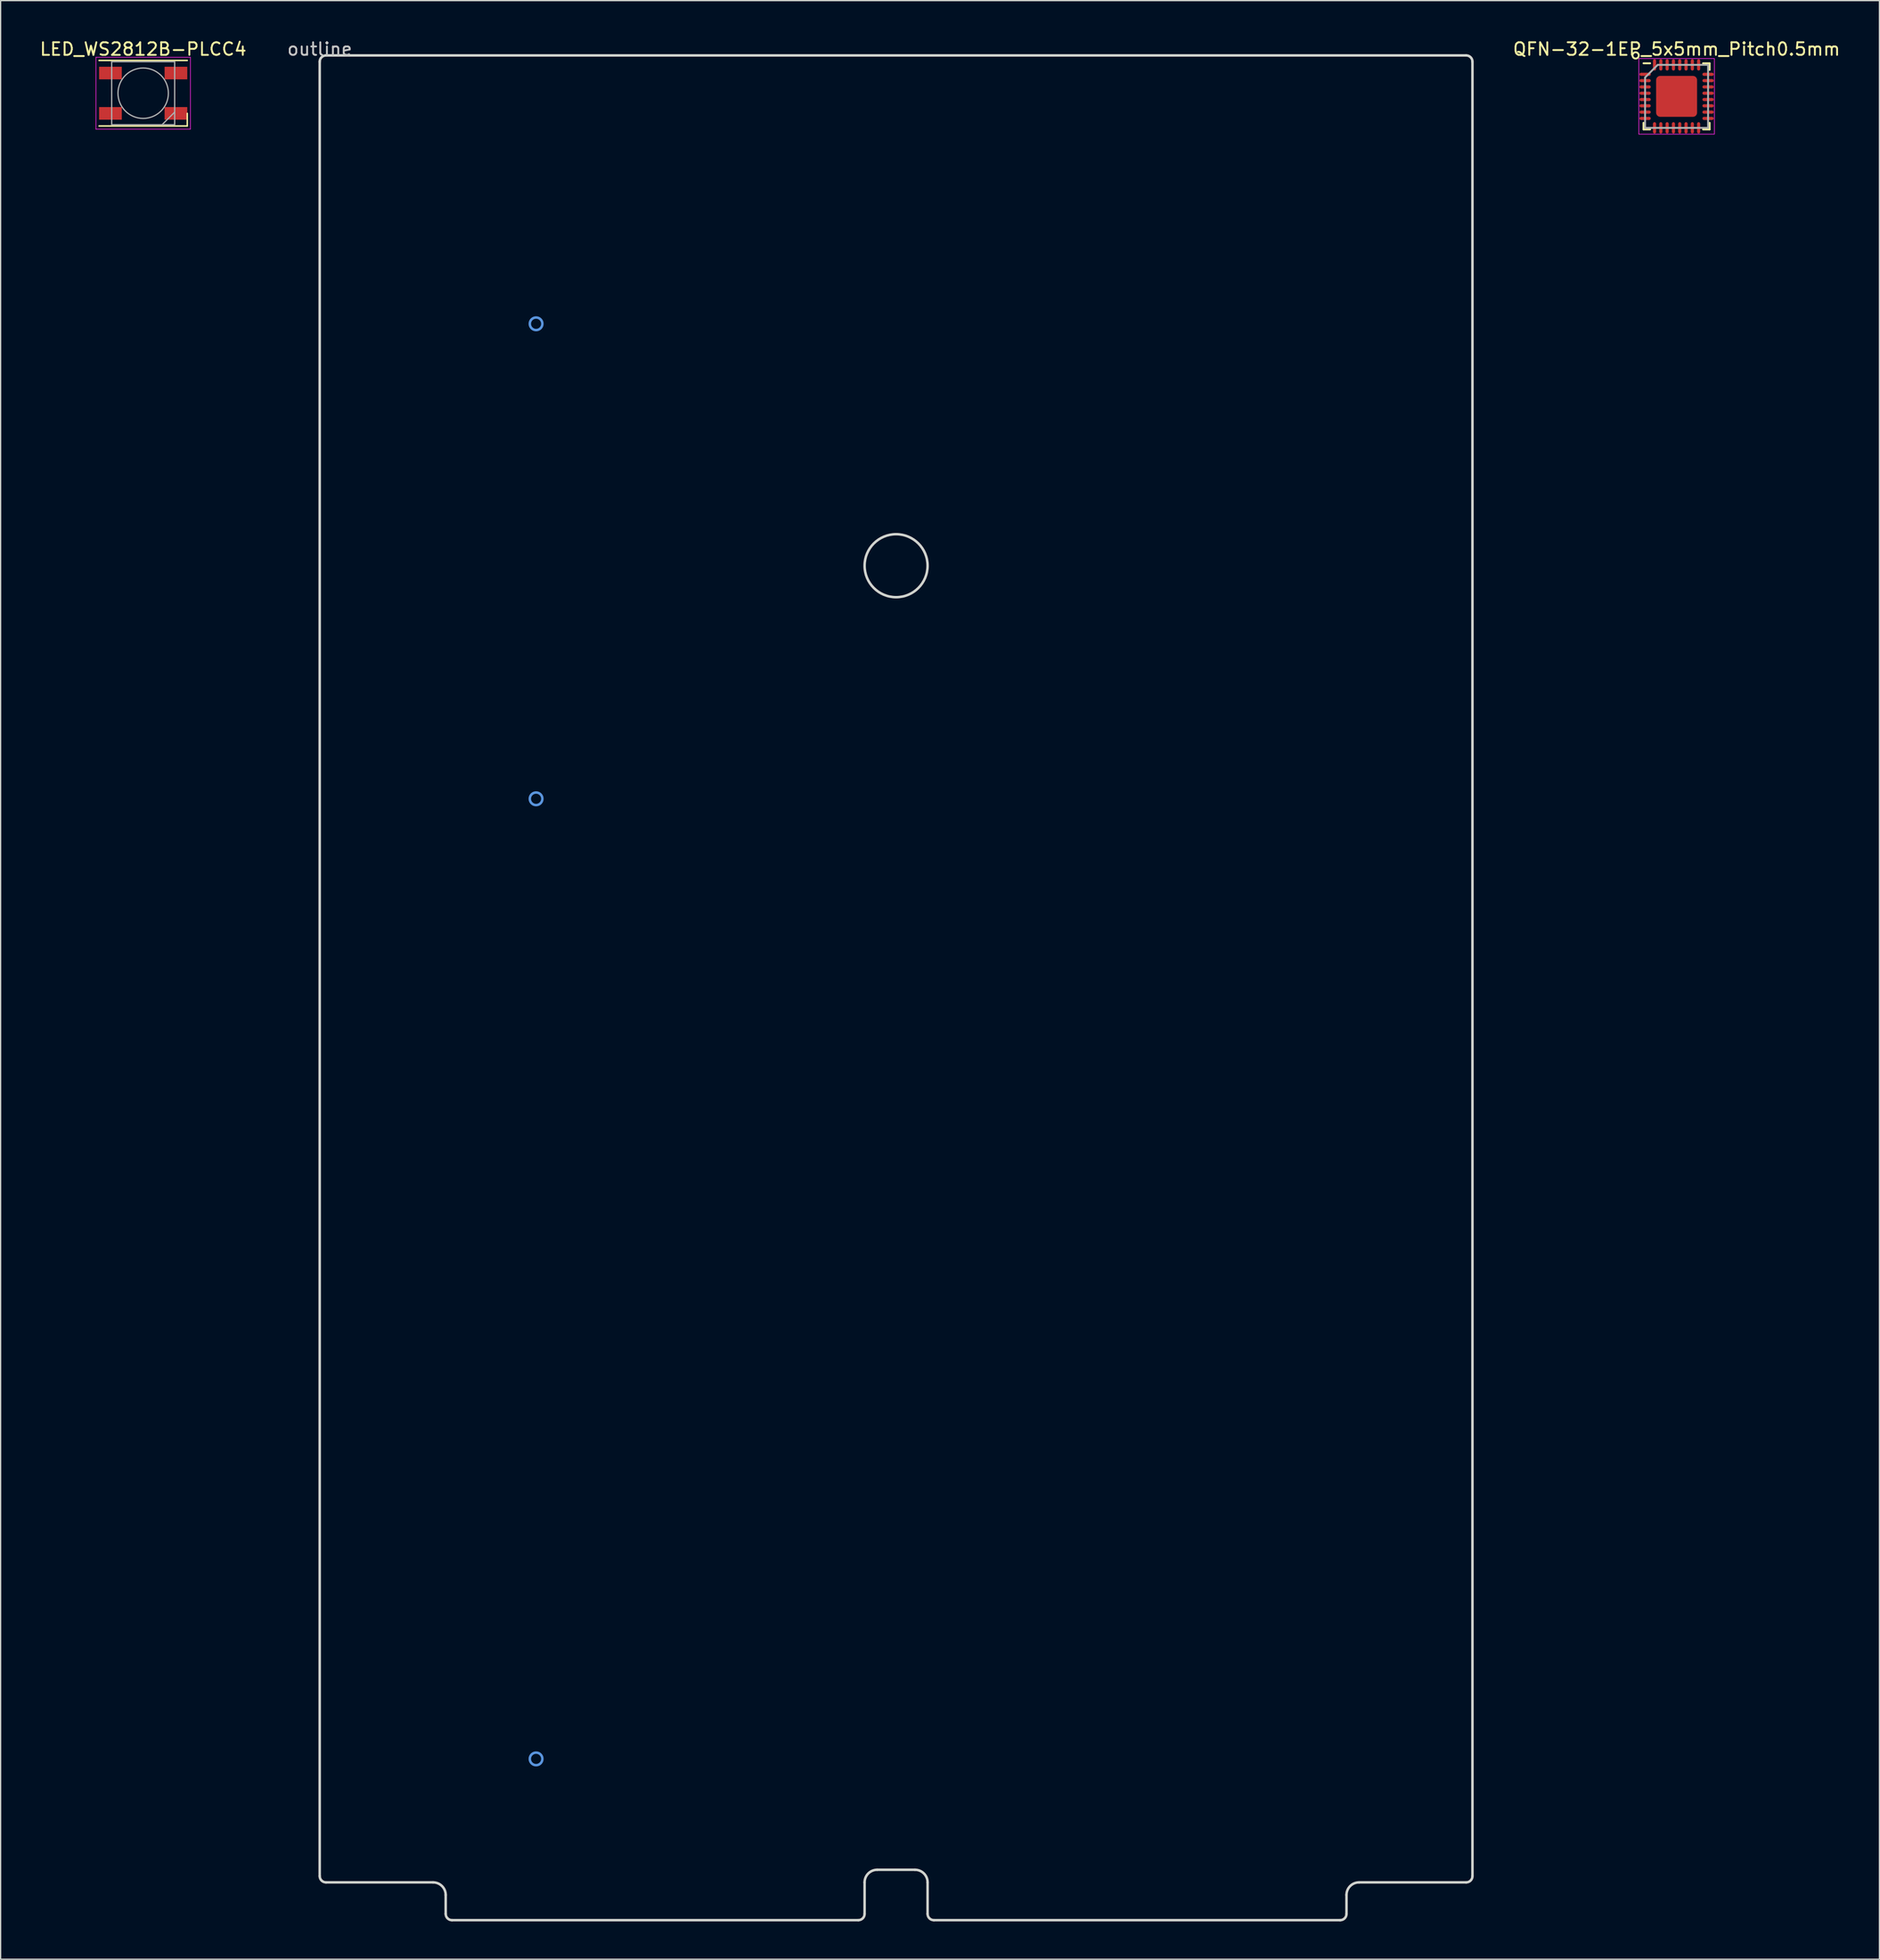
<source format=kicad_pcb>
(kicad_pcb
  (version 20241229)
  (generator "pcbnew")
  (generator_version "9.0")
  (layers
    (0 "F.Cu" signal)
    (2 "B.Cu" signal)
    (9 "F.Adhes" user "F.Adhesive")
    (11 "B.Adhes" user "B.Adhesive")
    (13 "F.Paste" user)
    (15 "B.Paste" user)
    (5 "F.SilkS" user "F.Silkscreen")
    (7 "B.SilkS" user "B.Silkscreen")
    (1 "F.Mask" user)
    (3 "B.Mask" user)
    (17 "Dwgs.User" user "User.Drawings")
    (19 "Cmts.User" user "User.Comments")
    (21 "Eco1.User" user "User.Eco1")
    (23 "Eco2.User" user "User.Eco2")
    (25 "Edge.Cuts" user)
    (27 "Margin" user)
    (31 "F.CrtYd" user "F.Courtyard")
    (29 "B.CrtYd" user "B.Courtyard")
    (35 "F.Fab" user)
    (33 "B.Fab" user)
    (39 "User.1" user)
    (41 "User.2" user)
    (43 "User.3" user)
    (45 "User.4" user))
  (footprint "LED_WS2812B-PLCC4"
    (layer "F.Cu")
    (at 8.315 4.348)
    (property "Reference" "LED_WS2812B-PLCC4" (at 0 -3.5 0) (layer "F.SilkS") (effects (font (size 1 1) (thickness 0.15))))
    (attr smd)
    (fp_line (start -3.5 -2.6) (end 3.5 -2.6) (stroke (width 0.12) (type solid)) (layer "F.SilkS"))
    (fp_line (start -3.5 2.6) (end 3.5 2.6) (stroke (width 0.12) (type solid)) (layer "F.SilkS"))
    (fp_line (start 3.5 2.6) (end 3.5 1.6) (stroke (width 0.12) (type solid)) (layer "F.SilkS"))
    (fp_line (start -3.75 -2.85) (end -3.75 2.85) (stroke (width 0.05) (type solid)) (layer "F.CrtYd"))
    (fp_line (start -3.75 2.85) (end 3.75 2.85) (stroke (width 0.05) (type solid)) (layer "F.CrtYd"))
    (fp_line (start 3.75 -2.85) (end -3.75 -2.85) (stroke (width 0.05) (type solid)) (layer "F.CrtYd"))
    (fp_line (start 3.75 2.85) (end 3.75 -2.85) (stroke (width 0.05) (type solid)) (layer "F.CrtYd"))
    (fp_line (start -2.5 -2.5) (end -2.5 2.5) (stroke (width 0.1) (type solid)) (layer "F.Fab"))
    (fp_line (start -2.5 2.5) (end 2.5 2.5) (stroke (width 0.1) (type solid)) (layer "F.Fab"))
    (fp_line (start 2.5 -2.5) (end -2.5 -2.5) (stroke (width 0.1) (type solid)) (layer "F.Fab"))
    (fp_line (start 2.5 1.5) (end 1.5 2.5) (stroke (width 0.1) (type solid)) (layer "F.Fab"))
    (fp_line (start 2.5 2.5) (end 2.5 -2.5) (stroke (width 0.1) (type solid)) (layer "F.Fab"))
    (fp_circle (center 0 0) (end 0 -2) (stroke (width 0.1) (type solid)) (fill no) (layer "F.Fab"))
    (pad "1" smd rect (at -2.6 -1.6) (size 1.8 1) (layers "F.Cu" "F.Mask" "F.Paste"))
    (pad "2" smd rect (at -2.6 1.6) (size 1.8 1) (layers "F.Cu" "F.Mask" "F.Paste"))
    (pad "3" smd rect (at 2.6 1.6) (size 1.8 1) (layers "F.Cu" "F.Mask" "F.Paste"))
    (pad "4" smd rect (at 2.6 -1.6) (size 1.8 1) (layers "F.Cu" "F.Mask" "F.Paste")))
  (footprint "QFN-32-1EP_5x5mm_Pitch0.5mm"
    (layer "F.Cu")
    (at 130.029 4.598)
    (property "Reference" "QFN-32-1EP_5x5mm_Pitch0.5mm" (at 0 -3.75 0) (layer "F.SilkS") (effects (font (size 1 1) (thickness 0.15))))
    (attr smd)
    (fp_line (start -2.625 -2.625) (end -2.1 -2.625) (stroke (width 0.15) (type solid)) (layer "F.SilkS"))
    (fp_line (start -2.625 2.625) (end -2.625 2.1) (stroke (width 0.15) (type solid)) (layer "F.SilkS"))
    (fp_line (start -2.625 2.625) (end -2.1 2.625) (stroke (width 0.15) (type solid)) (layer "F.SilkS"))
    (fp_line (start 2.625 -2.625) (end 2.1 -2.625) (stroke (width 0.15) (type solid)) (layer "F.SilkS"))
    (fp_line (start 2.625 -2.625) (end 2.625 -2.1) (stroke (width 0.15) (type solid)) (layer "F.SilkS"))
    (fp_line (start 2.625 2.625) (end 2.1 2.625) (stroke (width 0.15) (type solid)) (layer "F.SilkS"))
    (fp_line (start 2.625 2.625) (end 2.625 2.1) (stroke (width 0.15) (type solid)) (layer "F.SilkS"))
    (fp_circle (center -3.25 -3.25) (end -3.25 -3.5) (stroke (width 0.15) (type solid)) (fill no) (layer "F.SilkS"))
    (fp_line (start -3 -3) (end -3 3) (stroke (width 0.05) (type solid)) (layer "F.CrtYd"))
    (fp_line (start -3 -3) (end 3 -3) (stroke (width 0.05) (type solid)) (layer "F.CrtYd"))
    (fp_line (start -3 3) (end 3 3) (stroke (width 0.05) (type solid)) (layer "F.CrtYd"))
    (fp_line (start 3 -3) (end 3 3) (stroke (width 0.05) (type solid)) (layer "F.CrtYd"))
    (fp_line (start -2.5 -1.5) (end -1.5 -2.5) (stroke (width 0.15) (type solid)) (layer "F.Fab"))
    (fp_line (start -2.5 2.5) (end -2.5 -1.5) (stroke (width 0.15) (type solid)) (layer "F.Fab"))
    (fp_line (start -1.5 -2.5) (end 2.5 -2.5) (stroke (width 0.15) (type solid)) (layer "F.Fab"))
    (fp_line (start 2.5 -2.5) (end 2.5 2.5) (stroke (width 0.15) (type solid)) (layer "F.Fab"))
    (fp_line (start 2.5 2.5) (end -2.5 2.5) (stroke (width 0.15) (type solid)) (layer "F.Fab"))
    (pad "" smd circle (at 0 0) (size 3.25 3.25) (layers "F.Mask" "F.Paste"))
    (pad "1" smd oval (at -2.5 -1.75) (size 0.9 0.25) (layers "F.Cu" "F.Mask" "F.Paste"))
    (pad "2" smd oval (at -2.5 -1.25) (size 0.9 0.25) (layers "F.Cu" "F.Mask" "F.Paste"))
    (pad "3" smd oval (at -2.5 -0.75) (size 0.9 0.25) (layers "F.Cu" "F.Mask" "F.Paste"))
    (pad "4" smd oval (at -2.5 -0.25) (size 0.9 0.25) (layers "F.Cu" "F.Mask" "F.Paste"))
    (pad "5" smd oval (at -2.5 0.25) (size 0.9 0.25) (layers "F.Cu" "F.Mask" "F.Paste"))
    (pad "6" smd oval (at -2.5 0.75) (size 0.9 0.25) (layers "F.Cu" "F.Mask" "F.Paste"))
    (pad "7" smd oval (at -2.5 1.25) (size 0.9 0.25) (layers "F.Cu" "F.Mask" "F.Paste"))
    (pad "8" smd oval (at -2.5 1.75) (size 0.9 0.25) (layers "F.Cu" "F.Mask" "F.Paste"))
    (pad "9" smd oval (at -1.75 2.5 90) (size 0.9 0.25) (layers "F.Cu" "F.Mask" "F.Paste"))
    (pad "10" smd oval (at -1.25 2.5 90) (size 0.9 0.25) (layers "F.Cu" "F.Mask" "F.Paste"))
    (pad "11" smd oval (at -0.75 2.5 90) (size 0.9 0.25) (layers "F.Cu" "F.Mask" "F.Paste"))
    (pad "12" smd oval (at -0.25 2.5 90) (size 0.9 0.25) (layers "F.Cu" "F.Mask" "F.Paste"))
    (pad "13" smd oval (at 0.25 2.5 90) (size 0.9 0.25) (layers "F.Cu" "F.Mask" "F.Paste"))
    (pad "14" smd oval (at 0.75 2.5 90) (size 0.9 0.25) (layers "F.Cu" "F.Mask" "F.Paste"))
    (pad "15" smd oval (at 1.25 2.5 90) (size 0.9 0.25) (layers "F.Cu" "F.Mask" "F.Paste"))
    (pad "16" smd oval (at 1.75 2.5 90) (size 0.9 0.25) (layers "F.Cu" "F.Mask" "F.Paste"))
    (pad "17" smd oval (at 2.5 1.75) (size 0.9 0.25) (layers "F.Cu" "F.Mask" "F.Paste"))
    (pad "18" smd oval (at 2.5 1.25) (size 0.9 0.25) (layers "F.Cu" "F.Mask" "F.Paste"))
    (pad "19" smd oval (at 2.5 0.75) (size 0.9 0.25) (layers "F.Cu" "F.Mask" "F.Paste"))
    (pad "20" smd oval (at 2.5 0.25) (size 0.9 0.25) (layers "F.Cu" "F.Mask" "F.Paste"))
    (pad "21" smd oval (at 2.5 -0.25) (size 0.9 0.25) (layers "F.Cu" "F.Mask" "F.Paste"))
    (pad "22" smd oval (at 2.5 -0.75) (size 0.9 0.25) (layers "F.Cu" "F.Mask" "F.Paste"))
    (pad "23" smd oval (at 2.5 -1.25) (size 0.9 0.25) (layers "F.Cu" "F.Mask" "F.Paste"))
    (pad "24" smd oval (at 2.5 -1.75) (size 0.9 0.25) (layers "F.Cu" "F.Mask" "F.Paste"))
    (pad "25" smd oval (at 1.75 -2.5 90) (size 0.9 0.25) (layers "F.Cu" "F.Mask" "F.Paste"))
    (pad "26" smd oval (at 1.25 -2.5 90) (size 0.9 0.25) (layers "F.Cu" "F.Mask" "F.Paste"))
    (pad "27" smd oval (at 0.75 -2.5 90) (size 0.9 0.25) (layers "F.Cu" "F.Mask" "F.Paste"))
    (pad "28" smd oval (at 0.25 -2.5 90) (size 0.9 0.25) (layers "F.Cu" "F.Mask" "F.Paste"))
    (pad "29" smd oval (at -0.25 -2.5 90) (size 0.9 0.25) (layers "F.Cu" "F.Mask" "F.Paste"))
    (pad "30" smd oval (at -0.75 -2.5 90) (size 0.9 0.25) (layers "F.Cu" "F.Mask" "F.Paste"))
    (pad "31" smd oval (at -1.25 -2.5 90) (size 0.9 0.25) (layers "F.Cu" "F.Mask" "F.Paste"))
    (pad "32" smd oval (at -1.75 -2.5 90) (size 0.9 0.25) (layers "F.Cu" "F.Mask" "F.Paste"))
    (pad "33" smd roundrect (at 0 0) (size 3.25 3.25) (layers "F.Cu") (roundrect_rratio 0.1)))
  (footprint "outline"
    (layer "F.Cu")
    (at 22.327 1.348)
    (property "Reference" "outline" (at 0 -0.5 180) (layer "Dwgs.User") (effects (font (size 1 1) (thickness 0.15))))
    (attr through_hole)
    (fp_circle (center 17.175 21.3) (end 17.675 21.3) (stroke (width 0.2) (type solid)) (fill no) (layer "Cmts.User"))
    (fp_circle (center 17.175 59) (end 17.675 59) (stroke (width 0.2) (type solid)) (fill no) (layer "Cmts.User"))
    (fp_circle (center 17.175 135.2) (end 17.675 135.2) (stroke (width 0.2) (type solid)) (fill no) (layer "Cmts.User"))
    (fp_line (start 0 144.5) (end 0 0.5) (stroke (width 0.2) (type solid)) (layer "Edge.Cuts"))
    (fp_line (start 0.5 0) (end 91 0) (stroke (width 0.2) (type solid)) (layer "Edge.Cuts"))
    (fp_line (start 9 145) (end 0.5 145) (stroke (width 0.2) (type solid)) (layer "Edge.Cuts"))
    (fp_line (start 10 147.5) (end 10 146) (stroke (width 0.2) (type solid)) (layer "Edge.Cuts"))
    (fp_line (start 42.75 148) (end 10.5 148) (stroke (width 0.2) (type solid)) (layer "Edge.Cuts"))
    (fp_line (start 43.25 145) (end 43.25 147.5) (stroke (width 0.2) (type solid)) (layer "Edge.Cuts"))
    (fp_line (start 47.25 144) (end 44.25 144) (stroke (width 0.2) (type solid)) (layer "Edge.Cuts"))
    (fp_line (start 48.25 147.5) (end 48.25 145) (stroke (width 0.2) (type solid)) (layer "Edge.Cuts"))
    (fp_line (start 81 148) (end 48.75 148) (stroke (width 0.2) (type solid)) (layer "Edge.Cuts"))
    (fp_line (start 81.5 146) (end 81.5 147.5) (stroke (width 0.2) (type solid)) (layer "Edge.Cuts"))
    (fp_line (start 91 145) (end 82.5 145) (stroke (width 0.2) (type solid)) (layer "Edge.Cuts"))
    (fp_line (start 91.5 0.5) (end 91.5 144.5) (stroke (width 0.2) (type solid)) (layer "Edge.Cuts"))
    (fp_arc (start 0 0.5) (mid 0.146447 0.146447) (end 0.5 0) (stroke (width 0.2) (type solid)) (layer "Edge.Cuts"))
    (fp_arc (start 0.5 145) (mid 0.146447 144.853553) (end 0 144.5) (stroke (width 0.2) (type solid)) (layer "Edge.Cuts"))
    (fp_arc (start 9 145) (mid 9.707107 145.292893) (end 10 146) (stroke (width 0.2) (type solid)) (layer "Edge.Cuts"))
    (fp_arc (start 10.5 148) (mid 10.146447 147.853553) (end 10 147.5) (stroke (width 0.2) (type solid)) (layer "Edge.Cuts"))
    (fp_arc (start 43.25 145) (mid 43.542893 144.292893) (end 44.25 144) (stroke (width 0.2) (type solid)) (layer "Edge.Cuts"))
    (fp_arc (start 43.25 147.5) (mid 43.103553 147.853553) (end 42.75 148) (stroke (width 0.2) (type solid)) (layer "Edge.Cuts"))
    (fp_arc (start 47.25 144) (mid 47.957107 144.292893) (end 48.25 145) (stroke (width 0.2) (type solid)) (layer "Edge.Cuts"))
    (fp_arc (start 48.75 148) (mid 48.396447 147.853553) (end 48.25 147.5) (stroke (width 0.2) (type solid)) (layer "Edge.Cuts"))
    (fp_arc (start 81.5 146) (mid 81.792893 145.292893) (end 82.5 145) (stroke (width 0.2) (type solid)) (layer "Edge.Cuts"))
    (fp_arc (start 81.5 147.5) (mid 81.353553 147.853553) (end 81 148) (stroke (width 0.2) (type solid)) (layer "Edge.Cuts"))
    (fp_arc (start 91 0) (mid 91.353553 0.146447) (end 91.5 0.5) (stroke (width 0.2) (type solid)) (layer "Edge.Cuts"))
    (fp_arc (start 91.5 144.5) (mid 91.353553 144.853553) (end 91 145) (stroke (width 0.2) (type solid)) (layer "Edge.Cuts"))
    (fp_circle (center 45.75 40.5) (end 43.25 40.5) (stroke (width 0.2) (type solid)) (fill no) (layer "Edge.Cuts")))
  (gr_rect
    (start -3 -3)
    (end 146.13 152.448)
    (stroke (width 0.1) (type default))
    (fill no)
    (layer "Edge.Cuts")))
</source>
